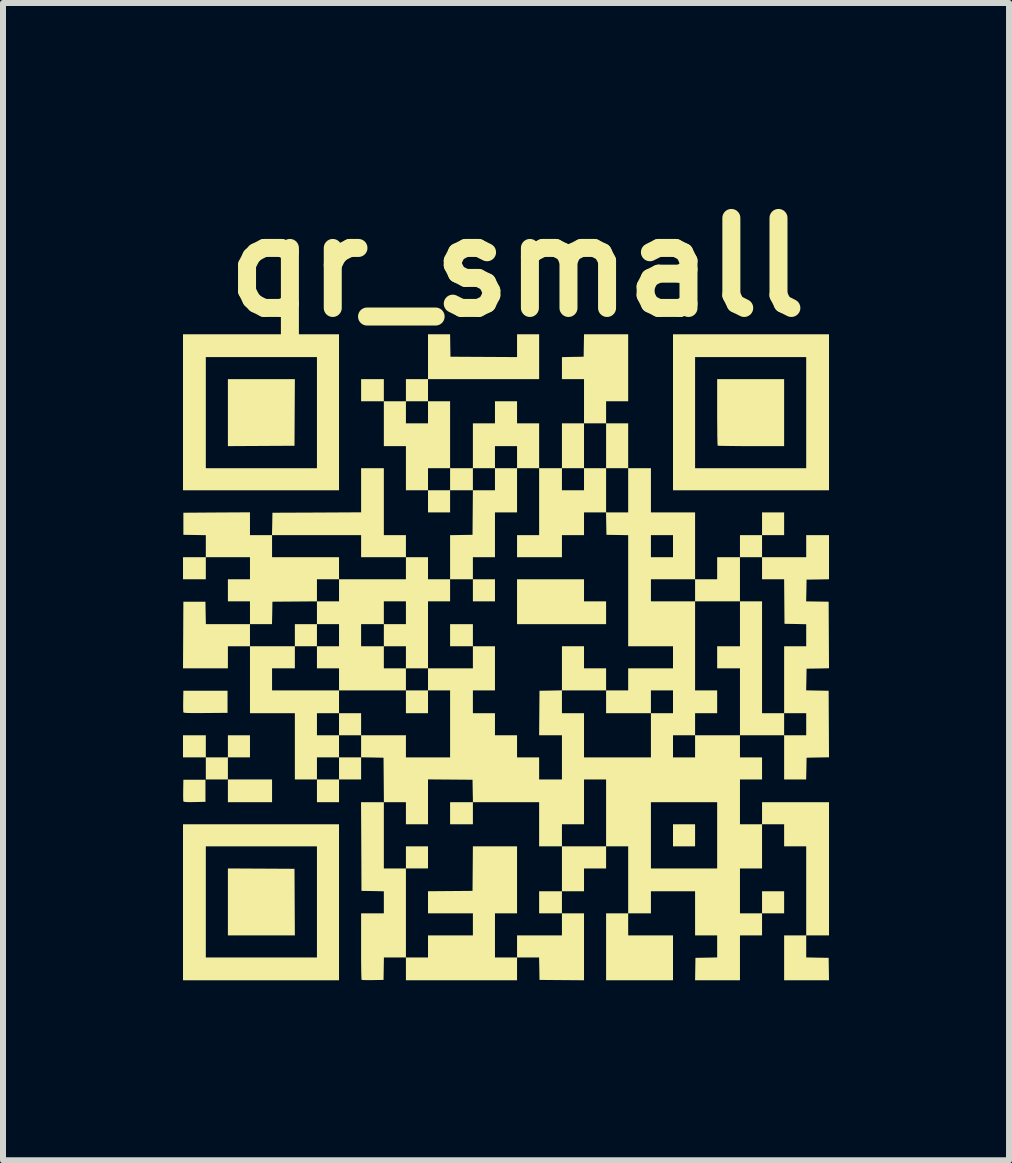
<source format=kicad_pcb>
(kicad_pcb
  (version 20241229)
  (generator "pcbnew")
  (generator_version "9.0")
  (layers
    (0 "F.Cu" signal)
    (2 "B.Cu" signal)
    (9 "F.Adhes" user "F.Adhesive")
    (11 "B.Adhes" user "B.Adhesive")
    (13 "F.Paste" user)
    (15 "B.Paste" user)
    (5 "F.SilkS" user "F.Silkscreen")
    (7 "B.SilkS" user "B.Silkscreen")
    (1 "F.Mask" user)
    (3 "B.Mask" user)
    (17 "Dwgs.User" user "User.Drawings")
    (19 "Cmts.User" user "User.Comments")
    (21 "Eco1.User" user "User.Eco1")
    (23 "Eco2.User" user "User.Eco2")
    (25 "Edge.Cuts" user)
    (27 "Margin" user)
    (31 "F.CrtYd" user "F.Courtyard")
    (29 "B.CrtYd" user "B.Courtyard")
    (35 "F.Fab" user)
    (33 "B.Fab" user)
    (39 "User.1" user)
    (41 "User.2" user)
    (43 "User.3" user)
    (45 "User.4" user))
  (footprint "qr_small"
    (layer "F.Cu")
    (at 5.383 7.904)
    (property "Reference" "qr_small" (at 0.184 -6.5 0) (layer "F.SilkS") (effects (font (size 1.5 1.5) (thickness 0.3))))
    (attr board_only exclude_from_pos_files exclude_from_bom)
    (fp_poly (pts (xy -4.08 3.522) (xy -3.525 3.525) (xy -3.522 4.08) (xy -3.519 4.635) (xy -4.077 4.635) (xy -4.635 4.635) (xy -4.635 4.077) (xy -4.635 3.519)) (stroke (width 0) (type solid)) (fill yes) (layer "F.SilkS"))
    (fp_poly (pts (xy -3.899 2.225) (xy -3.899 2.415) (xy -4.267 2.415) (xy -4.635 2.415) (xy -4.635 2.225) (xy -4.635 2.036) (xy -4.267 2.036) (xy -3.899 2.036)) (stroke (width 0) (type solid)) (fill yes) (layer "F.SilkS"))
    (fp_poly (pts (xy -3.522 -4.08) (xy -3.525 -3.525) (xy -4.08 -3.522) (xy -4.635 -3.519) (xy -4.635 -4.077) (xy -4.635 -4.635) (xy -4.077 -4.635) (xy -3.519 -4.635)) (stroke (width 0) (type solid)) (fill yes) (layer "F.SilkS"))
    (fp_poly (pts (xy -3.151 -0.368) (xy -3.151 -0.184) (xy -3.335 -0.184) (xy -3.519 -0.184) (xy -3.519 -0.368) (xy -3.519 -0.552) (xy -3.335 -0.552) (xy -3.151 -0.552)) (stroke (width 0) (type solid)) (fill yes) (layer "F.SilkS"))
    (fp_poly (pts (xy -2.415 1.116) (xy -2.415 1.3) (xy -2.599 1.3) (xy -2.783 1.3) (xy -2.783 1.116) (xy -2.783 0.932) (xy -2.599 0.932) (xy -2.415 0.932)) (stroke (width 0) (type solid)) (fill yes) (layer "F.SilkS"))
    (fp_poly (pts (xy -1.3 0.742) (xy -1.3 0.932) (xy -1.484 0.932) (xy -1.668 0.932) (xy -1.668 0.742) (xy -1.668 0.552) (xy -1.484 0.552) (xy -1.3 0.552)) (stroke (width 0) (type solid)) (fill yes) (layer "F.SilkS"))
    (fp_poly (pts (xy -1.3 3.335) (xy -1.3 3.519) (xy -1.484 3.519) (xy -1.668 3.519) (xy -1.668 3.335) (xy -1.668 3.151) (xy -1.484 3.151) (xy -1.3 3.151)) (stroke (width 0) (type solid)) (fill yes) (layer "F.SilkS"))
    (fp_poly (pts (xy -0.552 -0.368) (xy -0.552 -0.184) (xy -0.742 -0.184) (xy -0.932 -0.184) (xy -0.932 -0.368) (xy -0.932 -0.552) (xy -0.742 -0.552) (xy -0.552 -0.552)) (stroke (width 0) (type solid)) (fill yes) (layer "F.SilkS"))
    (fp_poly (pts (xy -0.552 2.599) (xy -0.552 2.783) (xy -0.742 2.783) (xy -0.932 2.783) (xy -0.932 2.599) (xy -0.932 2.415) (xy -0.742 2.415) (xy -0.552 2.415)) (stroke (width 0) (type solid)) (fill yes) (layer "F.SilkS"))
    (fp_poly (pts (xy -0.184 -1.116) (xy -0.184 -0.932) (xy -0.368 -0.932) (xy -0.552 -0.932) (xy -0.552 -1.116) (xy -0.552 -1.3) (xy -0.368 -1.3) (xy -0.184 -1.3)) (stroke (width 0) (type solid)) (fill yes) (layer "F.SilkS"))
    (fp_poly (pts (xy 3.151 2.967) (xy 3.151 3.151) (xy 2.967 3.151) (xy 2.783 3.151) (xy 2.783 2.967) (xy 2.783 2.783) (xy 2.967 2.783) (xy 3.151 2.783)) (stroke (width 0) (type solid)) (fill yes) (layer "F.SilkS"))
    (fp_poly (pts (xy 1.3 -1.116) (xy 1.3 -0.932) (xy 1.484 -0.932) (xy 1.668 -0.932) (xy 1.668 -0.742) (xy 1.668 -0.552) (xy 0.926 -0.552) (xy 0.184 -0.552) (xy 0.184 -0.926) (xy 0.184 -1.3) (xy 0.742 -1.3) (xy 1.3 -1.3)) (stroke (width 0) (type solid)) (fill yes) (layer "F.SilkS"))
    (fp_poly (pts (xy 1.3 0) (xy 1.3 0.184) (xy 1.484 0.184) (xy 1.668 0.184) (xy 1.668 0.368) (xy 1.668 0.552) (xy 1.3 0.552) (xy 0.932 0.552) (xy 0.932 0.184) (xy 0.932 -0.184) (xy 1.116 -0.184) (xy 1.3 -0.184)) (stroke (width 0) (type solid)) (fill yes) (layer "F.SilkS"))
    (fp_poly (pts (xy -5.009 2.225) (xy -5.009 2.409) (xy -5.19 2.413) (xy -5.263 2.414) (xy -5.315 2.413) (xy -5.349 2.411) (xy -5.369 2.407) (xy -5.377 2.401) (xy -5.377 2.4) (xy -5.379 2.383) (xy -5.38 2.347) (xy -5.381 2.297) (xy -5.38 2.237) (xy -5.38 2.213) (xy -5.377 2.041) (xy -5.193 2.041) (xy -5.009 2.041)) (stroke (width 0) (type solid)) (fill yes) (layer "F.SilkS"))
    (fp_poly (pts (xy -4.641 0.742) (xy -4.641 0.926) (xy -5.006 0.929) (xy -5.113 0.93) (xy -5.198 0.93) (xy -5.263 0.929) (xy -5.312 0.928) (xy -5.345 0.926) (xy -5.366 0.923) (xy -5.376 0.919) (xy -5.377 0.917) (xy -5.379 0.9) (xy -5.38 0.864) (xy -5.381 0.813) (xy -5.38 0.753) (xy -5.38 0.729) (xy -5.377 0.558) (xy -5.009 0.558) (xy -4.641 0.558)) (stroke (width 0) (type solid)) (fill yes) (layer "F.SilkS"))
    (fp_poly (pts (xy -2.783 -4.083) (xy -2.783 -2.783) (xy -4.083 -2.783) (xy -5.383 -2.783) (xy -5.383 -4.077) (xy -5.003 -4.077) (xy -5.003 -3.151) (xy -4.077 -3.151) (xy -3.151 -3.151) (xy -3.151 -4.077) (xy -3.151 -5.003) (xy -4.077 -5.003) (xy -5.003 -5.003) (xy -5.003 -4.077) (xy -5.383 -4.077) (xy -5.383 -4.083) (xy -5.383 -5.383) (xy -4.083 -5.383) (xy -2.783 -5.383)) (stroke (width 0) (type solid)) (fill yes) (layer "F.SilkS"))
    (fp_poly (pts (xy -2.783 4.083) (xy -2.783 5.383) (xy -4.083 5.383) (xy -5.383 5.383) (xy -5.383 4.083) (xy -5.383 4.077) (xy -5.003 4.077) (xy -5.003 5.003) (xy -4.077 5.003) (xy -3.151 5.003) (xy -3.151 4.077) (xy -3.151 3.151) (xy -4.077 3.151) (xy -5.003 3.151) (xy -5.003 4.077) (xy -5.383 4.077) (xy -5.383 2.783) (xy -4.083 2.783) (xy -2.783 2.783)) (stroke (width 0) (type solid)) (fill yes) (layer "F.SilkS"))
    (fp_poly (pts (xy 5.383 -4.083) (xy 5.383 -2.783) (xy 4.083 -2.783) (xy 2.783 -2.783) (xy 2.783 -4.077) (xy 3.151 -4.077) (xy 3.151 -3.151) (xy 4.077 -3.151) (xy 5.003 -3.151) (xy 5.003 -4.077) (xy 5.003 -5.003) (xy 4.077 -5.003) (xy 3.151 -5.003) (xy 3.151 -4.077) (xy 2.783 -4.077) (xy 2.783 -4.083) (xy 2.783 -5.383) (xy 4.083 -5.383) (xy 5.383 -5.383)) (stroke (width 0) (type solid)) (fill yes) (layer "F.SilkS"))
    (fp_poly (pts (xy 4.635 -4.077) (xy 4.635 -3.519) (xy 4.085 -3.519) (xy 3.973 -3.519) (xy 3.868 -3.52) (xy 3.773 -3.521) (xy 3.69 -3.522) (xy 3.622 -3.523) (xy 3.57 -3.524) (xy 3.538 -3.526) (xy 3.527 -3.527) (xy 3.526 -3.54) (xy 3.524 -3.575) (xy 3.523 -3.628) (xy 3.521 -3.698) (xy 3.521 -3.783) (xy 3.52 -3.879) (xy 3.519 -3.984) (xy 3.519 -4.085) (xy 3.519 -4.635) (xy 4.077 -4.635) (xy 4.635 -4.635)) (stroke (width 0) (type solid)) (fill yes) (layer "F.SilkS"))
    (fp_poly (pts (xy -5.003 1.484) (xy -5.003 1.668) (xy -4.819 1.668) (xy -4.635 1.668) (xy -4.635 1.484) (xy -4.635 1.3) (xy -4.451 1.3) (xy -4.267 1.3) (xy -4.267 1.484) (xy -4.267 1.668) (xy -4.451 1.668) (xy -4.635 1.668) (xy -4.635 1.852) (xy -4.635 2.036) (xy -4.819 2.036) (xy -5.003 2.036) (xy -5.003 1.852) (xy -5.003 1.668) (xy -5.193 1.668) (xy -5.383 1.668) (xy -5.383 1.484) (xy -5.383 1.3) (xy -5.193 1.3) (xy -5.003 1.3)) (stroke (width 0) (type solid)) (fill yes) (layer "F.SilkS"))
    (fp_poly (pts (xy -3.519 0) (xy -3.519 0.184) (xy -3.709 0.184) (xy -3.899 0.184) (xy -3.899 0.368) (xy -3.899 0.552) (xy -3.341 0.552) (xy -2.783 0.552) (xy -2.783 0.742) (xy -2.783 0.932) (xy -2.967 0.932) (xy -3.151 0.932) (xy -3.151 1.116) (xy -3.151 1.3) (xy -2.967 1.3) (xy -2.783 1.3) (xy -2.783 1.484) (xy -2.783 1.668) (xy -2.967 1.668) (xy -3.151 1.668) (xy -3.151 1.852) (xy -3.151 2.036) (xy -2.967 2.036) (xy -2.783 2.036) (xy -2.783 1.852) (xy -2.783 1.668) (xy -2.599 1.668) (xy -2.415 1.668) (xy -2.415 1.851) (xy -2.415 2.036) (xy -2.599 2.036) (xy -2.783 2.036) (xy -2.783 2.225) (xy -2.783 2.415) (xy -2.967 2.415) (xy -3.151 2.415) (xy -3.151 2.225) (xy -3.151 2.036) (xy -3.335 2.036) (xy -3.519 2.036) (xy -3.519 1.484) (xy -3.519 0.932) (xy -3.893 0.932) (xy -4.267 0.932) (xy -4.267 0.374) (xy -4.267 -0.184) (xy -3.893 -0.184) (xy -3.519 -0.184)) (stroke (width 0) (type solid)) (fill yes) (layer "F.SilkS"))
    (fp_poly (pts (xy -2.036 2.967) (xy -2.036 3.519) (xy -1.852 3.519) (xy -1.668 3.519) (xy -1.668 4.261) (xy -1.668 5.003) (xy -1.484 5.003) (xy -1.3 5.003) (xy -1.3 4.819) (xy -1.3 4.635) (xy -0.926 4.635) (xy -0.552 4.635) (xy -0.552 4.451) (xy -0.552 4.267) (xy -0.926 4.267) (xy -1.3 4.267) (xy -1.3 4.083) (xy -1.3 3.899) (xy -0.929 3.896) (xy -0.558 3.893) (xy -0.555 3.522) (xy -0.552 3.151) (xy -0.184 3.151) (xy 0.184 3.151) (xy 0.184 3.709) (xy 0.184 4.267) (xy 0 4.267) (xy -0.184 4.267) (xy -0.184 4.635) (xy -0.184 5.003) (xy 0 5.003) (xy 0.184 5.003) (xy 0.184 4.819) (xy 0.184 4.635) (xy 0.558 4.635) (xy 0.932 4.635) (xy 0.932 4.451) (xy 0.932 4.267) (xy 1.116 4.267) (xy 1.3 4.267) (xy 1.3 4.825) (xy 1.3 5.383) (xy 0.929 5.38) (xy 0.558 5.377) (xy 0.555 5.19) (xy 0.551 5.003) (xy 0.368 5.003) (xy 0.184 5.003) (xy 0.184 5.193) (xy 0.184 5.383) (xy -0.742 5.383) (xy -1.668 5.383) (xy -1.668 5.193) (xy -1.668 5.003) (xy -1.851 5.003) (xy -2.035 5.003) (xy -2.038 5.19) (xy -2.041 5.377) (xy -2.22 5.38) (xy -2.283 5.381) (xy -2.337 5.38) (xy -2.379 5.379) (xy -2.403 5.376) (xy -2.407 5.375) (xy -2.409 5.362) (xy -2.41 5.327) (xy -2.412 5.274) (xy -2.413 5.204) (xy -2.414 5.119) (xy -2.415 5.023) (xy -2.415 4.918) (xy -2.415 4.817) (xy -2.415 4.267) (xy -2.225 4.267) (xy -2.036 4.267) (xy -2.036 4.083) (xy -2.036 3.9) (xy -2.223 3.896) (xy -2.409 3.893) (xy -2.412 3.154) (xy -2.416 2.415) (xy -2.225 2.415) (xy -2.036 2.415)) (stroke (width 0) (type solid)) (fill yes) (layer "F.SilkS"))
    (fp_poly (pts (xy -2.036 -2.593) (xy -2.036 -2.036) (xy -1.852 -2.036) (xy -1.668 -2.036) (xy -1.668 -1.852) (xy -1.668 -1.668) (xy -2.041 -1.668) (xy -2.415 -1.668) (xy -2.415 -1.852) (xy -2.415 -2.036) (xy -3.157 -2.036) (xy -3.899 -2.036) (xy -3.899 -1.852) (xy -3.899 -1.668) (xy -3.341 -1.668) (xy -2.783 -1.668) (xy -2.783 -1.484) (xy -2.783 -1.3) (xy -2.967 -1.3) (xy -3.151 -1.3) (xy -3.151 -1.116) (xy -3.151 -0.932) (xy -3.522 -0.929) (xy -3.893 -0.926) (xy -3.896 -0.739) (xy -3.9 -0.552) (xy -4.083 -0.552) (xy -4.267 -0.552) (xy -4.267 -0.368) (xy -4.267 -0.184) (xy -4.451 -0.184) (xy -4.635 -0.184) (xy -4.635 0) (xy -4.635 0.184) (xy -5.009 0.184) (xy -5.383 0.184) (xy -5.38 -0.371) (xy -5.377 -0.926) (xy -5.193 -0.926) (xy -5.009 -0.926) (xy -5.006 -0.739) (xy -5.002 -0.552) (xy -4.635 -0.552) (xy -4.267 -0.552) (xy -4.267 -0.742) (xy -4.267 -0.932) (xy -4.451 -0.932) (xy -4.635 -0.932) (xy -4.635 -1.116) (xy -4.635 -1.3) (xy -4.451 -1.3) (xy -4.267 -1.3) (xy -4.267 -1.484) (xy -4.267 -1.668) (xy -4.635 -1.668) (xy -5.003 -1.668) (xy -5.003 -1.484) (xy -5.003 -1.3) (xy -5.193 -1.3) (xy -5.383 -1.3) (xy -5.383 -1.484) (xy -5.383 -1.668) (xy -5.193 -1.668) (xy -5.003 -1.668) (xy -5.003 -1.851) (xy -5.003 -2.035) (xy -5.19 -2.038) (xy -5.377 -2.041) (xy -5.377 -2.225) (xy -5.377 -2.409) (xy -4.822 -2.413) (xy -4.267 -2.416) (xy -4.267 -2.226) (xy -4.267 -2.036) (xy -4.083 -2.036) (xy -3.9 -2.036) (xy -3.896 -2.223) (xy -3.893 -2.409) (xy -3.154 -2.412) (xy -2.415 -2.416) (xy -2.415 -2.783) (xy -2.415 -3.151) (xy -2.225 -3.151) (xy -2.036 -3.151)) (stroke (width 0) (type solid)) (fill yes) (layer "F.SilkS"))
    (fp_poly (pts (xy -0.929 -5.196) (xy -0.926 -5.009) (xy -0.371 -5.006) (xy 0.184 -5.003) (xy 0.184 -5.193) (xy 0.184 -5.383) (xy 0.368 -5.383) (xy 0.552 -5.383) (xy 0.552 -5.009) (xy 0.552 -4.635) (xy -0.374 -4.635) (xy -1.3 -4.635) (xy -1.3 -4.451) (xy -1.3 -4.267) (xy -1.484 -4.267) (xy -1.668 -4.267) (xy -1.668 -4.083) (xy -1.668 -3.899) (xy -1.484 -3.899) (xy -1.3 -3.899) (xy -1.3 -4.083) (xy -1.3 -4.267) (xy -1.116 -4.267) (xy -0.932 -4.267) (xy -0.932 -3.709) (xy -0.932 -3.151) (xy -0.742 -3.151) (xy -0.552 -3.151) (xy -0.552 -3.525) (xy -0.552 -3.899) (xy -0.368 -3.899) (xy -0.184 -3.899) (xy -0.184 -4.083) (xy -0.184 -4.267) (xy 0 -4.267) (xy 0.184 -4.267) (xy 0.184 -4.083) (xy 0.184 -3.899) (xy 0.368 -3.899) (xy 0.552 -3.899) (xy 0.552 -3.525) (xy 0.552 -3.151) (xy 0.742 -3.151) (xy 0.932 -3.151) (xy 0.932 -3.525) (xy 0.932 -3.899) (xy 1.116 -3.899) (xy 1.3 -3.899) (xy 1.3 -4.267) (xy 1.3 -4.635) (xy 1.116 -4.635) (xy 0.932 -4.635) (xy 0.932 -4.819) (xy 0.932 -5.002) (xy 1.113 -5.006) (xy 1.294 -5.009) (xy 1.297 -5.196) (xy 1.3 -5.383) (xy 1.668 -5.383) (xy 2.036 -5.383) (xy 2.036 -4.825) (xy 2.036 -4.267) (xy 1.852 -4.267) (xy 1.668 -4.267) (xy 1.668 -4.083) (xy 1.668 -3.899) (xy 1.484 -3.899) (xy 1.3 -3.899) (xy 1.3 -3.525) (xy 1.3 -3.151) (xy 1.116 -3.151) (xy 0.932 -3.151) (xy 0.932 -2.967) (xy 0.932 -2.783) (xy 1.116 -2.783) (xy 1.3 -2.783) (xy 1.3 -2.967) (xy 1.3 -3.151) (xy 1.484 -3.151) (xy 1.668 -3.151) (xy 1.668 -3.525) (xy 1.668 -3.899) (xy 1.852 -3.899) (xy 2.036 -3.899) (xy 2.036 -3.525) (xy 2.036 -3.151) (xy 1.852 -3.151) (xy 1.668 -3.151) (xy 1.668 -2.783) (xy 1.668 -2.415) (xy 1.851 -2.415) (xy 2.036 -2.415) (xy 2.036 -2.783) (xy 2.036 -3.151) (xy 2.225 -3.151) (xy 2.415 -3.151) (xy 2.415 -2.783) (xy 2.415 -2.415) (xy 2.783 -2.415) (xy 3.151 -2.415) (xy 3.151 -1.858) (xy 3.151 -1.3) (xy 3.335 -1.3) (xy 3.519 -1.3) (xy 3.519 -1.484) (xy 3.519 -1.668) (xy 3.709 -1.668) (xy 3.899 -1.668) (xy 3.899 -1.852) (xy 3.899 -2.036) (xy 4.083 -2.036) (xy 4.267 -2.036) (xy 4.267 -2.225) (xy 4.267 -2.415) (xy 4.451 -2.415) (xy 4.635 -2.415) (xy 4.635 -2.225) (xy 4.635 -2.036) (xy 4.451 -2.036) (xy 4.267 -2.036) (xy 4.267 -1.852) (xy 4.267 -1.668) (xy 4.635 -1.668) (xy 5.003 -1.668) (xy 5.003 -1.852) (xy 5.003 -2.036) (xy 5.193 -2.036) (xy 5.383 -2.036) (xy 5.383 -1.668) (xy 5.383 -1.3) (xy 5.196 -1.297) (xy 5.009 -1.294) (xy 5.006 -1.113) (xy 5.002 -0.932) (xy 5.189 -0.929) (xy 5.377 -0.926) (xy 5.38 -0.371) (xy 5.383 0.183) (xy 5.196 0.187) (xy 5.009 0.19) (xy 5.006 0.371) (xy 5.002 0.551) (xy 5.189 0.555) (xy 5.377 0.558) (xy 5.38 1.112) (xy 5.383 1.667) (xy 5.196 1.67) (xy 5.009 1.674) (xy 5.006 1.855) (xy 5.002 2.036) (xy 4.819 2.036) (xy 4.635 2.036) (xy 4.635 1.668) (xy 4.635 1.3) (xy 4.267 1.3) (xy 3.899 1.3) (xy 3.899 1.484) (xy 3.899 1.668) (xy 4.083 1.668) (xy 4.267 1.668) (xy 4.267 1.852) (xy 4.267 2.036) (xy 4.083 2.036) (xy 3.899 2.036) (xy 3.899 2.409) (xy 3.899 2.783) (xy 4.083 2.783) (xy 4.267 2.783) (xy 4.267 2.599) (xy 4.267 2.415) (xy 4.825 2.415) (xy 5.383 2.415) (xy 5.383 3.525) (xy 5.383 4.635) (xy 5.193 4.635) (xy 5.003 4.635) (xy 5.003 4.819) (xy 5.003 5.002) (xy 5.19 5.006) (xy 5.377 5.009) (xy 5.38 5.196) (xy 5.383 5.383) (xy 5.009 5.383) (xy 4.635 5.383) (xy 4.635 5.009) (xy 4.635 4.635) (xy 4.819 4.635) (xy 5.003 4.635) (xy 5.003 3.893) (xy 5.003 3.151) (xy 4.819 3.151) (xy 4.635 3.151) (xy 4.635 2.967) (xy 4.635 2.783) (xy 4.451 2.783) (xy 4.267 2.783) (xy 4.267 3.151) (xy 4.267 3.519) (xy 4.083 3.519) (xy 3.899 3.519) (xy 3.899 3.893) (xy 3.899 4.267) (xy 4.083 4.267) (xy 4.267 4.267) (xy 4.267 4.083) (xy 4.267 3.899) (xy 4.451 3.899) (xy 4.635 3.899) (xy 4.635 4.083) (xy 4.635 4.267) (xy 4.451 4.267) (xy 4.267 4.267) (xy 4.267 4.451) (xy 4.267 4.635) (xy 4.083 4.635) (xy 3.899 4.635) (xy 3.899 5.009) (xy 3.899 5.383) (xy 3.525 5.383) (xy 3.151 5.383) (xy 3.154 5.196) (xy 3.157 5.009) (xy 3.338 5.006) (xy 3.519 5.002) (xy 3.519 4.819) (xy 3.519 4.635) (xy 3.335 4.635) (xy 3.151 4.635) (xy 3.151 4.267) (xy 3.151 3.899) (xy 2.783 3.899) (xy 2.415 3.899) (xy 2.415 4.083) (xy 2.415 4.267) (xy 2.225 4.267) (xy 2.036 4.267) (xy 2.036 4.451) (xy 2.036 4.635) (xy 2.409 4.635) (xy 2.783 4.635) (xy 2.783 5.009) (xy 2.783 5.383) (xy 2.225 5.383) (xy 1.668 5.383) (xy 1.668 4.825) (xy 1.668 4.267) (xy 1.852 4.267) (xy 2.036 4.267) (xy 2.036 3.709) (xy 2.036 3.151) (xy 1.852 3.151) (xy 1.668 3.151) (xy 1.668 3.335) (xy 1.668 3.519) (xy 1.484 3.519) (xy 1.3 3.519) (xy 1.3 3.709) (xy 1.3 3.899) (xy 1.116 3.899) (xy 0.932 3.899) (xy 0.932 4.083) (xy 0.932 4.267) (xy 0.742 4.267) (xy 0.552 4.267) (xy 0.552 4.083) (xy 0.552 3.899) (xy 0.742 3.899) (xy 0.932 3.899) (xy 0.932 3.525) (xy 0.932 3.151) (xy 1.3 3.151) (xy 1.668 3.151) (xy 1.668 2.967) (xy 2.415 2.967) (xy 2.415 3.519) (xy 2.967 3.519) (xy 3.519 3.519) (xy 3.519 2.967) (xy 3.519 2.415) (xy 2.967 2.415) (xy 2.415 2.415) (xy 2.415 2.967) (xy 1.668 2.967) (xy 1.668 2.593) (xy 1.668 2.036) (xy 1.484 2.036) (xy 1.3 2.036) (xy 1.3 2.409) (xy 1.3 2.783) (xy 1.116 2.783) (xy 0.932 2.783) (xy 0.932 2.967) (xy 0.932 3.151) (xy 0.742 3.151) (xy 0.552 3.151) (xy 0.552 2.783) (xy 0.552 2.415) (xy 0.000301 2.415) (xy -0.551 2.415) (xy -0.555 2.228) (xy -0.558 2.041) (xy -0.929 2.038) (xy -1.3 2.035) (xy -1.3 2.409) (xy -1.3 2.783) (xy -1.484 2.783) (xy -1.668 2.783) (xy -1.668 2.599) (xy -1.668 2.415) (xy -1.852 2.415) (xy -2.035 2.415) (xy -2.038 2.044) (xy -2.041 1.674) (xy -2.228 1.67) (xy -2.415 1.667) (xy -2.415 1.484) (xy -2.415 1.3) (xy -2.041 1.3) (xy -1.668 1.3) (xy -1.668 1.484) (xy -1.668 1.668) (xy -1.3 1.668) (xy -0.932 1.668) (xy -0.932 1.11) (xy -0.932 0.552) (xy -1.116 0.552) (xy -1.3 0.552) (xy -1.3 0.368) (xy -1.3 0.184) (xy -0.926 0.184) (xy -0.552 0.184) (xy -0.552 0) (xy -0.552 -0.184) (xy -0.368 -0.184) (xy -0.184 -0.184) (xy -0.184 0.184) (xy -0.184 0.552) (xy -0.368 0.552) (xy -0.552 0.552) (xy -0.552 0.742) (xy -0.552 0.932) (xy -0.368 0.932) (xy -0.184 0.932) (xy -0.184 1.116) (xy -0.184 1.3) (xy 0 1.3) (xy 0.184 1.3) (xy 0.184 1.484) (xy 0.184 1.668) (xy 0.368 1.668) (xy 0.552 1.668) (xy 0.552 1.852) (xy 0.552 2.036) (xy 0.742 2.036) (xy 0.932 2.036) (xy 0.932 1.668) (xy 0.932 1.3) (xy 0.742 1.3) (xy 0.552 1.3) (xy 0.555 0.929) (xy 0.558 0.558) (xy 0.745 0.555) (xy 0.932 0.551) (xy 0.932 0.742) (xy 0.932 0.932) (xy 1.116 0.932) (xy 1.3 0.932) (xy 1.3 1.3) (xy 1.3 1.668) (xy 1.858 1.668) (xy 2.415 1.668) (xy 2.415 1.3) (xy 2.415 0.932) (xy 2.599 0.932) (xy 2.783 0.932) (xy 2.783 0.742) (xy 2.783 0.552) (xy 2.599 0.552) (xy 2.415 0.552) (xy 2.415 0.742) (xy 2.415 0.932) (xy 2.041 0.932) (xy 1.668 0.932) (xy 1.668 0.742) (xy 1.668 0.552) (xy 1.852 0.552) (xy 2.036 0.552) (xy 2.036 0.368) (xy 2.036 0.184) (xy 2.409 0.184) (xy 2.783 0.184) (xy 2.783 0) (xy 2.783 -0.184) (xy 2.409 -0.184) (xy 2.036 -0.184) (xy 2.036 -1.109) (xy 2.036 -1.3) (xy 2.415 -1.3) (xy 2.415 -1.116) (xy 2.415 -0.932) (xy 2.783 -0.932) (xy 3.151 -0.932) (xy 3.151 -0.19) (xy 3.151 0.552) (xy 3.335 0.552) (xy 3.519 0.552) (xy 3.519 0.742) (xy 3.519 0.932) (xy 3.335 0.932) (xy 3.151 0.932) (xy 3.151 1.116) (xy 3.151 1.3) (xy 2.967 1.3) (xy 2.783 1.3) (xy 2.783 1.484) (xy 2.783 1.668) (xy 2.967 1.668) (xy 3.151 1.668) (xy 3.151 1.484) (xy 3.151 1.3) (xy 3.525 1.3) (xy 3.899 1.3) (xy 3.899 1.116) (xy 4.635 1.116) (xy 4.635 1.3) (xy 4.819 1.3) (xy 5.003 1.3) (xy 5.003 1.116) (xy 5.003 0.932) (xy 4.819 0.932) (xy 4.635 0.932) (xy 4.635 1.116) (xy 3.899 1.116) (xy 3.899 0.742) (xy 3.899 0.184) (xy 3.709 0.184) (xy 3.519 0.184) (xy 3.519 0) (xy 3.519 -0.184) (xy 3.709 -0.184) (xy 3.899 -0.184) (xy 3.899 -0.558) (xy 3.899 -0.932) (xy 4.083 -0.932) (xy 4.267 -0.932) (xy 4.267 0) (xy 4.267 0.932) (xy 4.451 0.932) (xy 4.635 0.932) (xy 4.635 0.374) (xy 4.635 -0.184) (xy 4.819 -0.184) (xy 5.003 -0.184) (xy 5.003 -0.368) (xy 5.003 -0.551) (xy 4.822 -0.555) (xy 4.641 -0.558) (xy 4.638 -0.929) (xy 4.635 -1.3) (xy 4.451 -1.3) (xy 4.267 -1.3) (xy 4.267 -1.484) (xy 4.267 -1.668) (xy 4.083 -1.668) (xy 3.899 -1.668) (xy 3.899 -1.3) (xy 3.899 -0.932) (xy 3.525 -0.932) (xy 3.151 -0.932) (xy 3.151 -1.116) (xy 3.151 -1.3) (xy 2.783 -1.3) (xy 2.415 -1.3) (xy 2.036 -1.3) (xy 2.036 -1.852) (xy 2.415 -1.852) (xy 2.415 -1.668) (xy 2.599 -1.668) (xy 2.783 -1.668) (xy 2.783 -1.852) (xy 2.783 -2.036) (xy 2.599 -2.036) (xy 2.415 -2.036) (xy 2.415 -1.852) (xy 2.036 -1.852) (xy 2.036 -2.035) (xy 1.855 -2.038) (xy 1.674 -2.041) (xy 1.67 -2.228) (xy 1.667 -2.415) (xy 1.484 -2.415) (xy 1.3 -2.415) (xy 1.3 -2.225) (xy 1.3 -2.036) (xy 1.116 -2.036) (xy 0.932 -2.036) (xy 0.932 -1.852) (xy 0.932 -1.668) (xy 0.558 -1.668) (xy 0.184 -1.668) (xy 0.184 -1.852) (xy 0.184 -2.036) (xy 0.368 -2.036) (xy 0.552 -2.036) (xy 0.552 -2.593) (xy 0.552 -3.151) (xy 0.368 -3.151) (xy 0.184 -3.151) (xy 0.184 -2.783) (xy 0.184 -2.415) (xy 0 -2.415) (xy -0.184 -2.415) (xy -0.184 -2.041) (xy -0.184 -1.668) (xy -0.368 -1.668) (xy -0.552 -1.668) (xy -0.552 -1.484) (xy -0.552 -1.3) (xy -0.742 -1.3) (xy -0.932 -1.3) (xy -0.932 -1.116) (xy -0.932 -0.932) (xy -1.116 -0.932) (xy -1.3 -0.932) (xy -1.3 -0.374) (xy -1.3 0.184) (xy -1.484 0.184) (xy -1.668 0.184) (xy -1.668 0) (xy -1.668 -0.184) (xy -1.852 -0.184) (xy -2.036 -0.184) (xy -2.036 0) (xy -2.036 0.184) (xy -1.852 0.184) (xy -1.668 0.184) (xy -1.668 0.368) (xy -1.668 0.552) (xy -2.225 0.552) (xy -2.783 0.552) (xy -2.783 0.368) (xy -2.783 0.184) (xy -2.967 0.184) (xy -3.151 0.184) (xy -3.151 0) (xy -3.151 -0.184) (xy -2.967 -0.184) (xy -2.783 -0.184) (xy -2.783 -0.368) (xy -2.783 -0.552) (xy -2.415 -0.552) (xy -2.415 -0.368) (xy -2.415 -0.184) (xy -2.225 -0.184) (xy -2.036 -0.184) (xy -2.036 -0.368) (xy -2.036 -0.552) (xy -1.852 -0.552) (xy -1.668 -0.552) (xy -1.668 -0.742) (xy -1.668 -0.932) (xy -1.852 -0.932) (xy -2.036 -0.932) (xy -2.036 -0.742) (xy -2.036 -0.552) (xy -2.225 -0.552) (xy -2.415 -0.552) (xy -2.783 -0.552) (xy -2.967 -0.552) (xy -3.151 -0.552) (xy -3.151 -0.742) (xy -3.151 -0.932) (xy -2.967 -0.932) (xy -2.783 -0.932) (xy -2.783 -1.116) (xy -2.783 -1.3) (xy -2.225 -1.3) (xy -1.668 -1.3) (xy -1.668 -1.484) (xy -1.668 -1.668) (xy -1.484 -1.668) (xy -1.3 -1.668) (xy -1.3 -1.484) (xy -1.3 -1.3) (xy -1.116 -1.3) (xy -0.932 -1.3) (xy -0.932 -1.667) (xy -0.932 -2.035) (xy -0.745 -2.038) (xy -0.558 -2.041) (xy -0.555 -2.412) (xy -0.552 -2.783) (xy -0.368 -2.783) (xy -0.184 -2.783) (xy -0.184 -2.967) (xy -0.184 -3.151) (xy 0 -3.151) (xy 0.184 -3.151) (xy 0.184 -3.335) (xy 0.184 -3.519) (xy 0 -3.519) (xy -0.184 -3.519) (xy -0.184 -3.335) (xy -0.184 -3.151) (xy -0.368 -3.151) (xy -0.552 -3.151) (xy -0.552 -2.967) (xy -0.552 -2.783) (xy -0.742 -2.783) (xy -0.932 -2.783) (xy -0.932 -2.599) (xy -0.932 -2.415) (xy -1.116 -2.415) (xy -1.3 -2.415) (xy -1.3 -2.599) (xy -1.3 -2.783) (xy -1.484 -2.783) (xy -1.668 -2.783) (xy -1.668 -2.967) (xy -1.3 -2.967) (xy -1.3 -2.783) (xy -1.116 -2.783) (xy -0.932 -2.783) (xy -0.932 -2.967) (xy -0.932 -3.151) (xy -1.116 -3.151) (xy -1.3 -3.151) (xy -1.3 -2.967) (xy -1.668 -2.967) (xy -1.668 -3.151) (xy -1.668 -3.519) (xy -1.852 -3.519) (xy -2.036 -3.519) (xy -2.036 -3.893) (xy -2.036 -4.267) (xy -2.225 -4.267) (xy -2.415 -4.267) (xy -2.415 -4.451) (xy -2.415 -4.635) (xy -2.225 -4.635) (xy -2.036 -4.635) (xy -2.036 -4.451) (xy -2.036 -4.267) (xy -1.852 -4.267) (xy -1.668 -4.267) (xy -1.668 -4.451) (xy -1.668 -4.635) (xy -1.484 -4.635) (xy -1.3 -4.635) (xy -1.3 -5.009) (xy -1.3 -5.383) (xy -1.116 -5.383) (xy -0.932 -5.383)) (stroke (width 0) (type solid)) (fill yes) (layer "F.SilkS")))
  (gr_rect
    (start -3 -3)
    (end 13.766 16.287)
    (stroke (width 0.1) (type default))
    (fill no)
    (layer "Edge.Cuts")))
</source>
